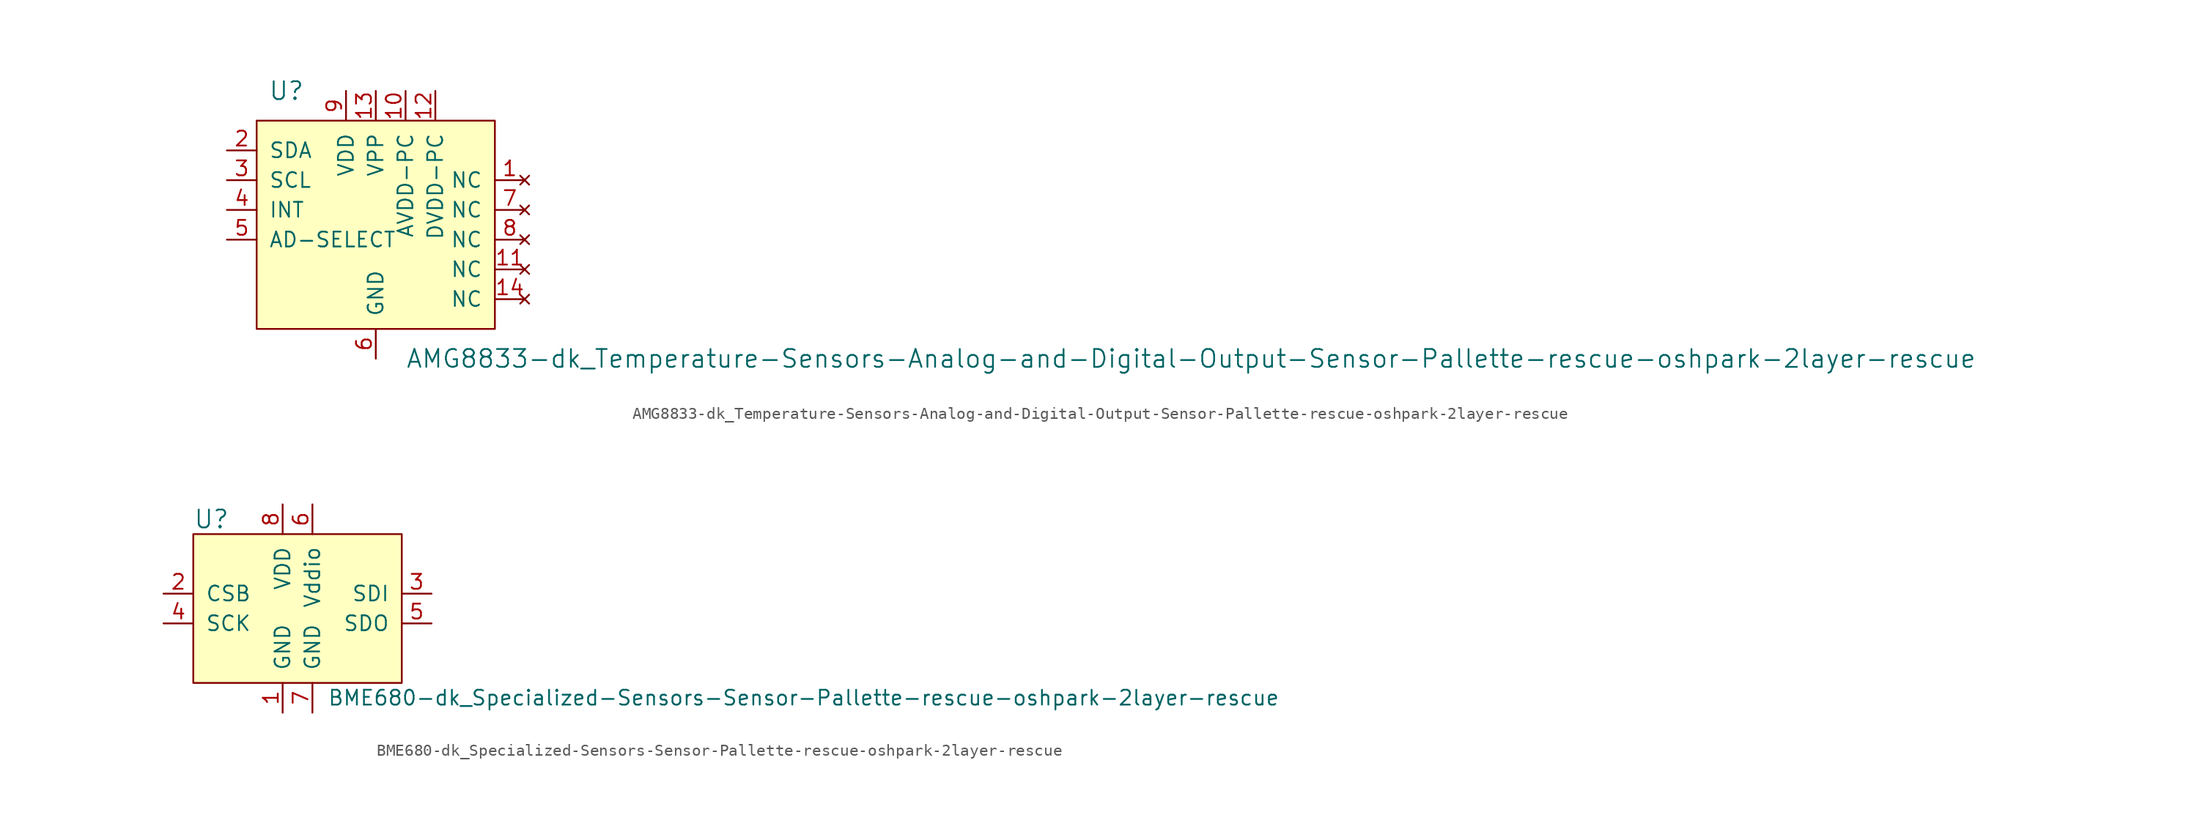
<source format=kicad_sym>
(kicad_symbol_lib
  (version 20220914)
  (generator kicad_symbol_editor)
  (symbol "AMG8833-dk_Temperature-Sensors-Analog-and-Digital-Output-Sensor-Pallette-rescue-oshpark-2layer-rescue"
    (pin_names
      (offset 1.016))
    (property "Reference" "U"
      (at -7.62 17.78 0)
      (effects (font (size 1.524 1.524))))
    (property "Value" "AMG8833-dk_Temperature-Sensors-Analog-and-Digital-Output-Sensor-Pallette-rescue-oshpark-2layer-rescue"
      (at 2.54 -5.08 0)
      (effects (font (size 1.524 1.524)) (justify left)))
    (symbol "AMG8833-dk_Temperature-Sensors-Analog-and-Digital-Output-Sensor-Pallette-rescue-oshpark-2layer-rescue_0_1"
      (rectangle (start 10.16 15.24) (end -10.16 -2.54) (stroke (width 0) (type solid)) (fill (type background))))
    (symbol "AMG8833-dk_Temperature-Sensors-Analog-and-Digital-Output-Sensor-Pallette-rescue-oshpark-2layer-rescue_1_1"
      (pin no_connect line (at 12.7 10.16 180) (length 2.54) (name "NC" (effects (font (size 1.27 1.27)))) (number "1" (effects (font (size 1.27 1.27)))))
      (pin power_in line (at 2.54 17.78 270) (length 2.54) (name "AVDD-PC" (effects (font (size 1.27 1.27)))) (number "10" (effects (font (size 1.27 1.27)))))
      (pin no_connect line (at 12.7 2.54 180) (length 2.54) (name "NC" (effects (font (size 1.27 1.27)))) (number "11" (effects (font (size 1.27 1.27)))))
      (pin power_in line (at 5.08 17.78 270) (length 2.54) (name "DVDD-PC" (effects (font (size 1.27 1.27)))) (number "12" (effects (font (size 1.27 1.27)))))
      (pin power_in line (at 0 17.78 270) (length 2.54) (name "VPP" (effects (font (size 1.27 1.27)))) (number "13" (effects (font (size 1.27 1.27)))))
      (pin no_connect line (at 12.7 0 180) (length 2.54) (name "NC" (effects (font (size 1.27 1.27)))) (number "14" (effects (font (size 1.27 1.27)))))
      (pin bidirectional line (at -12.7 12.7 0) (length 2.54) (name "SDA" (effects (font (size 1.27 1.27)))) (number "2" (effects (font (size 1.27 1.27)))))
      (pin bidirectional line (at -12.7 10.16 0) (length 2.54) (name "SCL" (effects (font (size 1.27 1.27)))) (number "3" (effects (font (size 1.27 1.27)))))
      (pin bidirectional line (at -12.7 7.62 0) (length 2.54) (name "INT" (effects (font (size 1.27 1.27)))) (number "4" (effects (font (size 1.27 1.27)))))
      (pin input line (at -12.7 5.08 0) (length 2.54) (name "AD-SELECT" (effects (font (size 1.27 1.27)))) (number "5" (effects (font (size 1.27 1.27)))))
      (pin power_in line (at 0 -5.08 90) (length 2.54) (name "GND" (effects (font (size 1.27 1.27)))) (number "6" (effects (font (size 1.27 1.27)))))
      (pin no_connect line (at 12.7 7.62 180) (length 2.54) (name "NC" (effects (font (size 1.27 1.27)))) (number "7" (effects (font (size 1.27 1.27)))))
      (pin no_connect line (at 12.7 5.08 180) (length 2.54) (name "NC" (effects (font (size 1.27 1.27)))) (number "8" (effects (font (size 1.27 1.27)))))
      (pin power_in line (at -2.54 17.78 270) (length 2.54) (name "VDD" (effects (font (size 1.27 1.27)))) (number "9" (effects (font (size 1.27 1.27)))))))
  (symbol "BME680-dk_Specialized-Sensors-Sensor-Pallette-rescue-oshpark-2layer-rescue"
    (pin_names
      (offset 1.016))
    (property "Reference" "U"
      (at -7.62 8.89 0)
      (effects (font (size 1.524 1.524)) (justify left)))
    (property "Value" "BME680-dk_Specialized-Sensors-Sensor-Pallette-rescue-oshpark-2layer-rescue"
      (at 3.81 -6.35 0)
      (effects (font (size 1.27 1.27)) (justify left)))
    (symbol "BME680-dk_Specialized-Sensors-Sensor-Pallette-rescue-oshpark-2layer-rescue_0_1"
      (rectangle (start -7.62 7.62) (end 10.16 -5.08) (stroke (width 0) (type solid)) (fill (type background))))
    (symbol "BME680-dk_Specialized-Sensors-Sensor-Pallette-rescue-oshpark-2layer-rescue_1_1"
      (pin power_in line (at 0 -7.62 90) (length 2.54) (name "GND" (effects (font (size 1.27 1.27)))) (number "1" (effects (font (size 1.27 1.27)))))
      (pin input line (at -10.16 2.54 0) (length 2.54) (name "CSB" (effects (font (size 1.27 1.27)))) (number "2" (effects (font (size 1.27 1.27)))))
      (pin bidirectional line (at 12.7 2.54 180) (length 2.54) (name "SDI" (effects (font (size 1.27 1.27)))) (number "3" (effects (font (size 1.27 1.27)))))
      (pin input line (at -10.16 0 0) (length 2.54) (name "SCK" (effects (font (size 1.27 1.27)))) (number "4" (effects (font (size 1.27 1.27)))))
      (pin bidirectional line (at 12.7 0 180) (length 2.54) (name "SDO" (effects (font (size 1.27 1.27)))) (number "5" (effects (font (size 1.27 1.27)))))
      (pin power_in line (at 2.54 10.16 270) (length 2.54) (name "Vddio" (effects (font (size 1.27 1.27)))) (number "6" (effects (font (size 1.27 1.27)))))
      (pin power_in line (at 2.54 -7.62 90) (length 2.54) (name "GND" (effects (font (size 1.27 1.27)))) (number "7" (effects (font (size 1.27 1.27)))))
      (pin power_in line (at 0 10.16 270) (length 2.54) (name "VDD" (effects (font (size 1.27 1.27)))) (number "8" (effects (font (size 1.27 1.27))))))))
</source>
